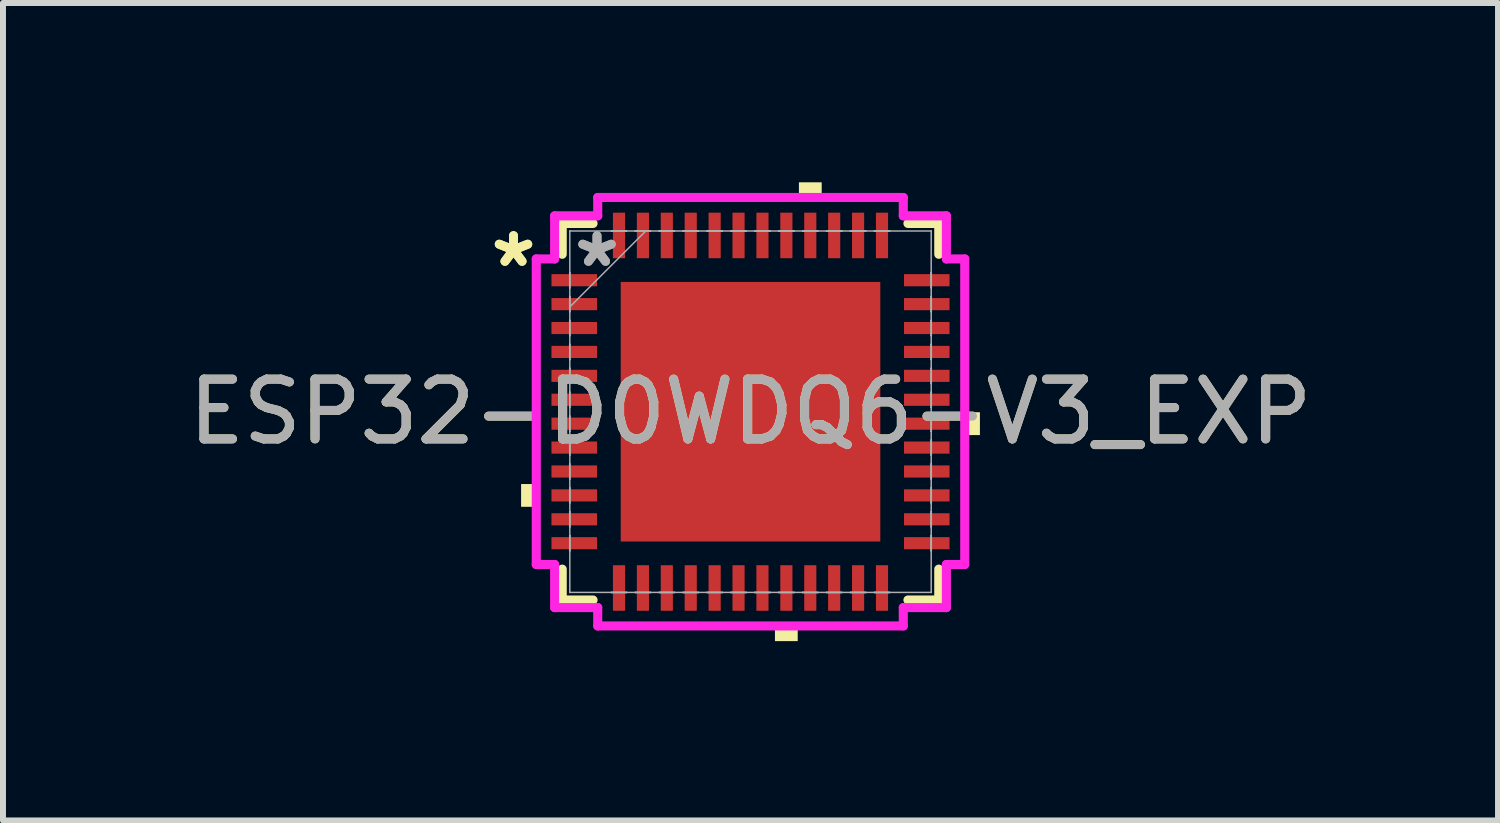
<source format=kicad_pcb>
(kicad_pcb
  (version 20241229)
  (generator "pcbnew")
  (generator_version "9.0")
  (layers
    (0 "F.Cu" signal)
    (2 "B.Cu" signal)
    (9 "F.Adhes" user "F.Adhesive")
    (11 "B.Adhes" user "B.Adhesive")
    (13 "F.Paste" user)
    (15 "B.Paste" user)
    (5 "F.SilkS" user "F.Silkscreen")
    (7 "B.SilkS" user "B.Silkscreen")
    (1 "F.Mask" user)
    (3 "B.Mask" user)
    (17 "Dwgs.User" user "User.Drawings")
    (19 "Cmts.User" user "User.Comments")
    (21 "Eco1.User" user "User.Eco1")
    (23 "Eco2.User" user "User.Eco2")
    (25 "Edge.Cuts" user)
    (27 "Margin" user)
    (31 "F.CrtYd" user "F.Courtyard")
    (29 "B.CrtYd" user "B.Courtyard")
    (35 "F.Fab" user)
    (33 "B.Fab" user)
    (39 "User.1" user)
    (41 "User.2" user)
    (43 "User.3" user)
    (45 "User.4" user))
  (footprint "ESP32-D0WDQ6-V3_EXP"
    (layer "F.Cu")
    (at 9.506 3.838)
    (property "Reference" "ESP32-D0WDQ6-V3_EXP" (at 0 0 0) (unlocked yes) (layer "F.SilkS") (effects (font (size 1 1) (thickness 0.15))))
    (attr smd)
    (fp_line (start -3.15 -3.15) (end -3.15 -2.634) (stroke (width 0.152) (type solid)) (layer "F.SilkS"))
    (fp_line (start -3.15 2.634) (end -3.15 3.15) (stroke (width 0.152) (type solid)) (layer "F.SilkS"))
    (fp_line (start -3.15 3.15) (end -2.634 3.15) (stroke (width 0.152) (type solid)) (layer "F.SilkS"))
    (fp_line (start -2.634 -3.15) (end -3.15 -3.15) (stroke (width 0.152) (type solid)) (layer "F.SilkS"))
    (fp_line (start 2.634 3.15) (end 3.15 3.15) (stroke (width 0.152) (type solid)) (layer "F.SilkS"))
    (fp_line (start 3.15 -3.15) (end 2.634 -3.15) (stroke (width 0.152) (type solid)) (layer "F.SilkS"))
    (fp_line (start 3.15 -2.634) (end 3.15 -3.15) (stroke (width 0.152) (type solid)) (layer "F.SilkS"))
    (fp_line (start 3.15 3.15) (end 3.15 2.634) (stroke (width 0.152) (type solid)) (layer "F.SilkS"))
    (fp_poly (pts (xy -3.838 1.21) (xy -3.838 1.591) (xy -3.584 1.591) (xy -3.584 1.21)) (stroke (width 0) (type solid)) (fill yes) (layer "F.SilkS"))
    (fp_poly (pts (xy 0.409 3.584) (xy 0.409 3.838) (xy 0.79 3.838) (xy 0.79 3.584)) (stroke (width 0) (type solid)) (fill yes) (layer "F.SilkS"))
    (fp_poly (pts (xy 0.81 -3.584) (xy 0.81 -3.838) (xy 1.191 -3.838) (xy 1.191 -3.584)) (stroke (width 0) (type solid)) (fill yes) (layer "F.SilkS"))
    (fp_poly (pts (xy 3.838 0.009) (xy 3.838 0.391) (xy 3.584 0.391) (xy 3.584 0.009)) (stroke (width 0) (type solid)) (fill yes) (layer "F.SilkS"))
    (fp_poly (pts (xy -2.072 -2.072) (xy -2.072 -0.824) (xy -0.824 -0.824) (xy -0.824 -2.072)) (stroke (width 0) (type solid)) (fill yes) (layer "F.Paste"))
    (fp_poly (pts (xy -2.072 -0.624) (xy -2.072 0.624) (xy -0.824 0.624) (xy -0.824 -0.624)) (stroke (width 0) (type solid)) (fill yes) (layer "F.Paste"))
    (fp_poly (pts (xy -2.072 0.824) (xy -2.072 2.072) (xy -0.824 2.072) (xy -0.824 0.824)) (stroke (width 0) (type solid)) (fill yes) (layer "F.Paste"))
    (fp_poly (pts (xy -0.624 -2.072) (xy -0.624 -0.824) (xy 0.624 -0.824) (xy 0.624 -2.072)) (stroke (width 0) (type solid)) (fill yes) (layer "F.Paste"))
    (fp_poly (pts (xy -0.624 -0.624) (xy -0.624 0.624) (xy 0.624 0.624) (xy 0.624 -0.624)) (stroke (width 0) (type solid)) (fill yes) (layer "F.Paste"))
    (fp_poly (pts (xy -0.624 0.824) (xy -0.624 2.072) (xy 0.624 2.072) (xy 0.624 0.824)) (stroke (width 0) (type solid)) (fill yes) (layer "F.Paste"))
    (fp_poly (pts (xy 0.824 -2.072) (xy 0.824 -0.824) (xy 2.072 -0.824) (xy 2.072 -2.072)) (stroke (width 0) (type solid)) (fill yes) (layer "F.Paste"))
    (fp_poly (pts (xy 0.824 -0.624) (xy 0.824 0.624) (xy 2.072 0.624) (xy 2.072 -0.624)) (stroke (width 0) (type solid)) (fill yes) (layer "F.Paste"))
    (fp_poly (pts (xy 0.824 0.824) (xy 0.824 2.072) (xy 2.072 2.072) (xy 2.072 0.824)) (stroke (width 0) (type solid)) (fill yes) (layer "F.Paste"))
    (fp_line (start -3.584 -2.556) (end -3.277 -2.556) (stroke (width 0.152) (type solid)) (layer "F.CrtYd"))
    (fp_line (start -3.584 2.556) (end -3.584 -2.556) (stroke (width 0.152) (type solid)) (layer "F.CrtYd"))
    (fp_line (start -3.277 -3.277) (end -2.556 -3.277) (stroke (width 0.152) (type solid)) (layer "F.CrtYd"))
    (fp_line (start -3.277 -2.556) (end -3.277 -3.277) (stroke (width 0.152) (type solid)) (layer "F.CrtYd"))
    (fp_line (start -3.277 2.556) (end -3.584 2.556) (stroke (width 0.152) (type solid)) (layer "F.CrtYd"))
    (fp_line (start -3.277 3.277) (end -3.277 2.556) (stroke (width 0.152) (type solid)) (layer "F.CrtYd"))
    (fp_line (start -2.556 -3.584) (end 2.556 -3.584) (stroke (width 0.152) (type solid)) (layer "F.CrtYd"))
    (fp_line (start -2.556 -3.277) (end -2.556 -3.584) (stroke (width 0.152) (type solid)) (layer "F.CrtYd"))
    (fp_line (start -2.556 3.277) (end -3.277 3.277) (stroke (width 0.152) (type solid)) (layer "F.CrtYd"))
    (fp_line (start -2.556 3.584) (end -2.556 3.277) (stroke (width 0.152) (type solid)) (layer "F.CrtYd"))
    (fp_line (start 2.556 -3.584) (end 2.556 -3.277) (stroke (width 0.152) (type solid)) (layer "F.CrtYd"))
    (fp_line (start 2.556 -3.277) (end 3.277 -3.277) (stroke (width 0.152) (type solid)) (layer "F.CrtYd"))
    (fp_line (start 2.556 3.277) (end 2.556 3.584) (stroke (width 0.152) (type solid)) (layer "F.CrtYd"))
    (fp_line (start 2.556 3.584) (end -2.556 3.584) (stroke (width 0.152) (type solid)) (layer "F.CrtYd"))
    (fp_line (start 3.277 -3.277) (end 3.277 -2.556) (stroke (width 0.152) (type solid)) (layer "F.CrtYd"))
    (fp_line (start 3.277 -2.556) (end 3.584 -2.556) (stroke (width 0.152) (type solid)) (layer "F.CrtYd"))
    (fp_line (start 3.277 2.556) (end 3.277 3.277) (stroke (width 0.152) (type solid)) (layer "F.CrtYd"))
    (fp_line (start 3.277 3.277) (end 2.556 3.277) (stroke (width 0.152) (type solid)) (layer "F.CrtYd"))
    (fp_line (start 3.584 -2.556) (end 3.584 2.556) (stroke (width 0.152) (type solid)) (layer "F.CrtYd"))
    (fp_line (start 3.584 2.556) (end 3.277 2.556) (stroke (width 0.152) (type solid)) (layer "F.CrtYd"))
    (fp_line (start -3.025 -2.327) (end -3.025 -2.073) (stroke (width 0.025) (type solid)) (layer "F.Fab"))
    (fp_line (start -3.025 -2.073) (end -3.023 -2.073) (stroke (width 0.025) (type solid)) (layer "F.Fab"))
    (fp_line (start -3.025 -1.927) (end -3.025 -1.673) (stroke (width 0.025) (type solid)) (layer "F.Fab"))
    (fp_line (start -3.025 -1.673) (end -3.023 -1.673) (stroke (width 0.025) (type solid)) (layer "F.Fab"))
    (fp_line (start -3.025 -1.527) (end -3.025 -1.273) (stroke (width 0.025) (type solid)) (layer "F.Fab"))
    (fp_line (start -3.025 -1.273) (end -3.023 -1.273) (stroke (width 0.025) (type solid)) (layer "F.Fab"))
    (fp_line (start -3.025 -1.127) (end -3.025 -0.873) (stroke (width 0.025) (type solid)) (layer "F.Fab"))
    (fp_line (start -3.025 -0.873) (end -3.023 -0.873) (stroke (width 0.025) (type solid)) (layer "F.Fab"))
    (fp_line (start -3.025 -0.727) (end -3.025 -0.473) (stroke (width 0.025) (type solid)) (layer "F.Fab"))
    (fp_line (start -3.025 -0.473) (end -3.023 -0.473) (stroke (width 0.025) (type solid)) (layer "F.Fab"))
    (fp_line (start -3.025 -0.327) (end -3.025 -0.073) (stroke (width 0.025) (type solid)) (layer "F.Fab"))
    (fp_line (start -3.025 -0.073) (end -3.023 -0.073) (stroke (width 0.025) (type solid)) (layer "F.Fab"))
    (fp_line (start -3.025 0.073) (end -3.025 0.327) (stroke (width 0.025) (type solid)) (layer "F.Fab"))
    (fp_line (start -3.025 0.327) (end -3.023 0.327) (stroke (width 0.025) (type solid)) (layer "F.Fab"))
    (fp_line (start -3.025 0.473) (end -3.025 0.727) (stroke (width 0.025) (type solid)) (layer "F.Fab"))
    (fp_line (start -3.025 0.727) (end -3.023 0.727) (stroke (width 0.025) (type solid)) (layer "F.Fab"))
    (fp_line (start -3.025 0.873) (end -3.025 1.127) (stroke (width 0.025) (type solid)) (layer "F.Fab"))
    (fp_line (start -3.025 1.127) (end -3.023 1.127) (stroke (width 0.025) (type solid)) (layer "F.Fab"))
    (fp_line (start -3.025 1.273) (end -3.025 1.527) (stroke (width 0.025) (type solid)) (layer "F.Fab"))
    (fp_line (start -3.025 1.527) (end -3.023 1.527) (stroke (width 0.025) (type solid)) (layer "F.Fab"))
    (fp_line (start -3.025 1.673) (end -3.025 1.927) (stroke (width 0.025) (type solid)) (layer "F.Fab"))
    (fp_line (start -3.025 1.927) (end -3.023 1.927) (stroke (width 0.025) (type solid)) (layer "F.Fab"))
    (fp_line (start -3.025 2.073) (end -3.025 2.327) (stroke (width 0.025) (type solid)) (layer "F.Fab"))
    (fp_line (start -3.025 2.327) (end -3.023 2.327) (stroke (width 0.025) (type solid)) (layer "F.Fab"))
    (fp_line (start -3.023 -3.023) (end -3.023 -3.023) (stroke (width 0.025) (type solid)) (layer "F.Fab"))
    (fp_line (start -3.023 -3.023) (end -3.023 3.023) (stroke (width 0.025) (type solid)) (layer "F.Fab"))
    (fp_line (start -3.023 -2.327) (end -3.025 -2.327) (stroke (width 0.025) (type solid)) (layer "F.Fab"))
    (fp_line (start -3.023 -2.073) (end -3.023 -2.327) (stroke (width 0.025) (type solid)) (layer "F.Fab"))
    (fp_line (start -3.023 -1.927) (end -3.025 -1.927) (stroke (width 0.025) (type solid)) (layer "F.Fab"))
    (fp_line (start -3.023 -1.753) (end -1.753 -3.023) (stroke (width 0.025) (type solid)) (layer "F.Fab"))
    (fp_line (start -3.023 -1.673) (end -3.023 -1.927) (stroke (width 0.025) (type solid)) (layer "F.Fab"))
    (fp_line (start -3.023 -1.527) (end -3.025 -1.527) (stroke (width 0.025) (type solid)) (layer "F.Fab"))
    (fp_line (start -3.023 -1.273) (end -3.023 -1.527) (stroke (width 0.025) (type solid)) (layer "F.Fab"))
    (fp_line (start -3.023 -1.127) (end -3.025 -1.127) (stroke (width 0.025) (type solid)) (layer "F.Fab"))
    (fp_line (start -3.023 -0.873) (end -3.023 -1.127) (stroke (width 0.025) (type solid)) (layer "F.Fab"))
    (fp_line (start -3.023 -0.727) (end -3.025 -0.727) (stroke (width 0.025) (type solid)) (layer "F.Fab"))
    (fp_line (start -3.023 -0.473) (end -3.023 -0.727) (stroke (width 0.025) (type solid)) (layer "F.Fab"))
    (fp_line (start -3.023 -0.327) (end -3.025 -0.327) (stroke (width 0.025) (type solid)) (layer "F.Fab"))
    (fp_line (start -3.023 -0.073) (end -3.023 -0.327) (stroke (width 0.025) (type solid)) (layer "F.Fab"))
    (fp_line (start -3.023 0.073) (end -3.025 0.073) (stroke (width 0.025) (type solid)) (layer "F.Fab"))
    (fp_line (start -3.023 0.327) (end -3.023 0.073) (stroke (width 0.025) (type solid)) (layer "F.Fab"))
    (fp_line (start -3.023 0.473) (end -3.025 0.473) (stroke (width 0.025) (type solid)) (layer "F.Fab"))
    (fp_line (start -3.023 0.727) (end -3.023 0.473) (stroke (width 0.025) (type solid)) (layer "F.Fab"))
    (fp_line (start -3.023 0.873) (end -3.025 0.873) (stroke (width 0.025) (type solid)) (layer "F.Fab"))
    (fp_line (start -3.023 1.127) (end -3.023 0.873) (stroke (width 0.025) (type solid)) (layer "F.Fab"))
    (fp_line (start -3.023 1.273) (end -3.025 1.273) (stroke (width 0.025) (type solid)) (layer "F.Fab"))
    (fp_line (start -3.023 1.527) (end -3.023 1.273) (stroke (width 0.025) (type solid)) (layer "F.Fab"))
    (fp_line (start -3.023 1.673) (end -3.025 1.673) (stroke (width 0.025) (type solid)) (layer "F.Fab"))
    (fp_line (start -3.023 1.927) (end -3.023 1.673) (stroke (width 0.025) (type solid)) (layer "F.Fab"))
    (fp_line (start -3.023 2.073) (end -3.025 2.073) (stroke (width 0.025) (type solid)) (layer "F.Fab"))
    (fp_line (start -3.023 2.327) (end -3.023 2.073) (stroke (width 0.025) (type solid)) (layer "F.Fab"))
    (fp_line (start -3.023 3.023) (end -3.023 3.023) (stroke (width 0.025) (type solid)) (layer "F.Fab"))
    (fp_line (start -3.023 3.023) (end 3.023 3.023) (stroke (width 0.025) (type solid)) (layer "F.Fab"))
    (fp_line (start -2.327 -3.025) (end -2.327 -3.023) (stroke (width 0.025) (type solid)) (layer "F.Fab"))
    (fp_line (start -2.327 -3.023) (end -2.073 -3.023) (stroke (width 0.025) (type solid)) (layer "F.Fab"))
    (fp_line (start -2.327 3.023) (end -2.327 3.025) (stroke (width 0.025) (type solid)) (layer "F.Fab"))
    (fp_line (start -2.327 3.025) (end -2.073 3.025) (stroke (width 0.025) (type solid)) (layer "F.Fab"))
    (fp_line (start -2.073 -3.025) (end -2.327 -3.025) (stroke (width 0.025) (type solid)) (layer "F.Fab"))
    (fp_line (start -2.073 -3.023) (end -2.073 -3.025) (stroke (width 0.025) (type solid)) (layer "F.Fab"))
    (fp_line (start -2.073 3.023) (end -2.327 3.023) (stroke (width 0.025) (type solid)) (layer "F.Fab"))
    (fp_line (start -2.073 3.025) (end -2.073 3.023) (stroke (width 0.025) (type solid)) (layer "F.Fab"))
    (fp_line (start -1.927 -3.025) (end -1.927 -3.023) (stroke (width 0.025) (type solid)) (layer "F.Fab"))
    (fp_line (start -1.927 -3.023) (end -1.673 -3.023) (stroke (width 0.025) (type solid)) (layer "F.Fab"))
    (fp_line (start -1.927 3.023) (end -1.927 3.025) (stroke (width 0.025) (type solid)) (layer "F.Fab"))
    (fp_line (start -1.927 3.025) (end -1.673 3.025) (stroke (width 0.025) (type solid)) (layer "F.Fab"))
    (fp_line (start -1.673 -3.025) (end -1.927 -3.025) (stroke (width 0.025) (type solid)) (layer "F.Fab"))
    (fp_line (start -1.673 -3.023) (end -1.673 -3.025) (stroke (width 0.025) (type solid)) (layer "F.Fab"))
    (fp_line (start -1.673 3.023) (end -1.927 3.023) (stroke (width 0.025) (type solid)) (layer "F.Fab"))
    (fp_line (start -1.673 3.025) (end -1.673 3.023) (stroke (width 0.025) (type solid)) (layer "F.Fab"))
    (fp_line (start -1.527 -3.025) (end -1.527 -3.023) (stroke (width 0.025) (type solid)) (layer "F.Fab"))
    (fp_line (start -1.527 -3.023) (end -1.273 -3.023) (stroke (width 0.025) (type solid)) (layer "F.Fab"))
    (fp_line (start -1.527 3.023) (end -1.527 3.025) (stroke (width 0.025) (type solid)) (layer "F.Fab"))
    (fp_line (start -1.527 3.025) (end -1.273 3.025) (stroke (width 0.025) (type solid)) (layer "F.Fab"))
    (fp_line (start -1.273 -3.025) (end -1.527 -3.025) (stroke (width 0.025) (type solid)) (layer "F.Fab"))
    (fp_line (start -1.273 -3.023) (end -1.273 -3.025) (stroke (width 0.025) (type solid)) (layer "F.Fab"))
    (fp_line (start -1.273 3.023) (end -1.527 3.023) (stroke (width 0.025) (type solid)) (layer "F.Fab"))
    (fp_line (start -1.273 3.025) (end -1.273 3.023) (stroke (width 0.025) (type solid)) (layer "F.Fab"))
    (fp_line (start -1.127 -3.025) (end -1.127 -3.023) (stroke (width 0.025) (type solid)) (layer "F.Fab"))
    (fp_line (start -1.127 -3.023) (end -0.873 -3.023) (stroke (width 0.025) (type solid)) (layer "F.Fab"))
    (fp_line (start -1.127 3.023) (end -1.127 3.025) (stroke (width 0.025) (type solid)) (layer "F.Fab"))
    (fp_line (start -1.127 3.025) (end -0.873 3.025) (stroke (width 0.025) (type solid)) (layer "F.Fab"))
    (fp_line (start -0.873 -3.025) (end -1.127 -3.025) (stroke (width 0.025) (type solid)) (layer "F.Fab"))
    (fp_line (start -0.873 -3.023) (end -0.873 -3.025) (stroke (width 0.025) (type solid)) (layer "F.Fab"))
    (fp_line (start -0.873 3.023) (end -1.127 3.023) (stroke (width 0.025) (type solid)) (layer "F.Fab"))
    (fp_line (start -0.873 3.025) (end -0.873 3.023) (stroke (width 0.025) (type solid)) (layer "F.Fab"))
    (fp_line (start -0.727 -3.025) (end -0.727 -3.023) (stroke (width 0.025) (type solid)) (layer "F.Fab"))
    (fp_line (start -0.727 -3.023) (end -0.473 -3.023) (stroke (width 0.025) (type solid)) (layer "F.Fab"))
    (fp_line (start -0.727 3.023) (end -0.727 3.025) (stroke (width 0.025) (type solid)) (layer "F.Fab"))
    (fp_line (start -0.727 3.025) (end -0.473 3.025) (stroke (width 0.025) (type solid)) (layer "F.Fab"))
    (fp_line (start -0.473 -3.025) (end -0.727 -3.025) (stroke (width 0.025) (type solid)) (layer "F.Fab"))
    (fp_line (start -0.473 -3.023) (end -0.473 -3.025) (stroke (width 0.025) (type solid)) (layer "F.Fab"))
    (fp_line (start -0.473 3.023) (end -0.727 3.023) (stroke (width 0.025) (type solid)) (layer "F.Fab"))
    (fp_line (start -0.473 3.025) (end -0.473 3.023) (stroke (width 0.025) (type solid)) (layer "F.Fab"))
    (fp_line (start -0.327 -3.025) (end -0.327 -3.023) (stroke (width 0.025) (type solid)) (layer "F.Fab"))
    (fp_line (start -0.327 -3.023) (end -0.073 -3.023) (stroke (width 0.025) (type solid)) (layer "F.Fab"))
    (fp_line (start -0.327 3.023) (end -0.327 3.025) (stroke (width 0.025) (type solid)) (layer "F.Fab"))
    (fp_line (start -0.327 3.025) (end -0.073 3.025) (stroke (width 0.025) (type solid)) (layer "F.Fab"))
    (fp_line (start -0.073 -3.025) (end -0.327 -3.025) (stroke (width 0.025) (type solid)) (layer "F.Fab"))
    (fp_line (start -0.073 -3.023) (end -0.073 -3.025) (stroke (width 0.025) (type solid)) (layer "F.Fab"))
    (fp_line (start -0.073 3.023) (end -0.327 3.023) (stroke (width 0.025) (type solid)) (layer "F.Fab"))
    (fp_line (start -0.073 3.025) (end -0.073 3.023) (stroke (width 0.025) (type solid)) (layer "F.Fab"))
    (fp_line (start 0.073 -3.025) (end 0.073 -3.023) (stroke (width 0.025) (type solid)) (layer "F.Fab"))
    (fp_line (start 0.073 -3.023) (end 0.327 -3.023) (stroke (width 0.025) (type solid)) (layer "F.Fab"))
    (fp_line (start 0.073 3.023) (end 0.073 3.025) (stroke (width 0.025) (type solid)) (layer "F.Fab"))
    (fp_line (start 0.073 3.025) (end 0.327 3.025) (stroke (width 0.025) (type solid)) (layer "F.Fab"))
    (fp_line (start 0.327 -3.025) (end 0.073 -3.025) (stroke (width 0.025) (type solid)) (layer "F.Fab"))
    (fp_line (start 0.327 -3.023) (end 0.327 -3.025) (stroke (width 0.025) (type solid)) (layer "F.Fab"))
    (fp_line (start 0.327 3.023) (end 0.073 3.023) (stroke (width 0.025) (type solid)) (layer "F.Fab"))
    (fp_line (start 0.327 3.025) (end 0.327 3.023) (stroke (width 0.025) (type solid)) (layer "F.Fab"))
    (fp_line (start 0.473 -3.025) (end 0.473 -3.023) (stroke (width 0.025) (type solid)) (layer "F.Fab"))
    (fp_line (start 0.473 -3.023) (end 0.727 -3.023) (stroke (width 0.025) (type solid)) (layer "F.Fab"))
    (fp_line (start 0.473 3.023) (end 0.473 3.025) (stroke (width 0.025) (type solid)) (layer "F.Fab"))
    (fp_line (start 0.473 3.025) (end 0.727 3.025) (stroke (width 0.025) (type solid)) (layer "F.Fab"))
    (fp_line (start 0.727 -3.025) (end 0.473 -3.025) (stroke (width 0.025) (type solid)) (layer "F.Fab"))
    (fp_line (start 0.727 -3.023) (end 0.727 -3.025) (stroke (width 0.025) (type solid)) (layer "F.Fab"))
    (fp_line (start 0.727 3.023) (end 0.473 3.023) (stroke (width 0.025) (type solid)) (layer "F.Fab"))
    (fp_line (start 0.727 3.025) (end 0.727 3.023) (stroke (width 0.025) (type solid)) (layer "F.Fab"))
    (fp_line (start 0.873 -3.025) (end 0.873 -3.023) (stroke (width 0.025) (type solid)) (layer "F.Fab"))
    (fp_line (start 0.873 -3.023) (end 1.127 -3.023) (stroke (width 0.025) (type solid)) (layer "F.Fab"))
    (fp_line (start 0.873 3.023) (end 0.873 3.025) (stroke (width 0.025) (type solid)) (layer "F.Fab"))
    (fp_line (start 0.873 3.025) (end 1.127 3.025) (stroke (width 0.025) (type solid)) (layer "F.Fab"))
    (fp_line (start 1.127 -3.025) (end 0.873 -3.025) (stroke (width 0.025) (type solid)) (layer "F.Fab"))
    (fp_line (start 1.127 -3.023) (end 1.127 -3.025) (stroke (width 0.025) (type solid)) (layer "F.Fab"))
    (fp_line (start 1.127 3.023) (end 0.873 3.023) (stroke (width 0.025) (type solid)) (layer "F.Fab"))
    (fp_line (start 1.127 3.025) (end 1.127 3.023) (stroke (width 0.025) (type solid)) (layer "F.Fab"))
    (fp_line (start 1.273 -3.025) (end 1.273 -3.023) (stroke (width 0.025) (type solid)) (layer "F.Fab"))
    (fp_line (start 1.273 -3.023) (end 1.527 -3.023) (stroke (width 0.025) (type solid)) (layer "F.Fab"))
    (fp_line (start 1.273 3.023) (end 1.273 3.025) (stroke (width 0.025) (type solid)) (layer "F.Fab"))
    (fp_line (start 1.273 3.025) (end 1.527 3.025) (stroke (width 0.025) (type solid)) (layer "F.Fab"))
    (fp_line (start 1.527 -3.025) (end 1.273 -3.025) (stroke (width 0.025) (type solid)) (layer "F.Fab"))
    (fp_line (start 1.527 -3.023) (end 1.527 -3.025) (stroke (width 0.025) (type solid)) (layer "F.Fab"))
    (fp_line (start 1.527 3.023) (end 1.273 3.023) (stroke (width 0.025) (type solid)) (layer "F.Fab"))
    (fp_line (start 1.527 3.025) (end 1.527 3.023) (stroke (width 0.025) (type solid)) (layer "F.Fab"))
    (fp_line (start 1.673 -3.025) (end 1.673 -3.023) (stroke (width 0.025) (type solid)) (layer "F.Fab"))
    (fp_line (start 1.673 -3.023) (end 1.927 -3.023) (stroke (width 0.025) (type solid)) (layer "F.Fab"))
    (fp_line (start 1.673 3.023) (end 1.673 3.025) (stroke (width 0.025) (type solid)) (layer "F.Fab"))
    (fp_line (start 1.673 3.025) (end 1.927 3.025) (stroke (width 0.025) (type solid)) (layer "F.Fab"))
    (fp_line (start 1.927 -3.025) (end 1.673 -3.025) (stroke (width 0.025) (type solid)) (layer "F.Fab"))
    (fp_line (start 1.927 -3.023) (end 1.927 -3.025) (stroke (width 0.025) (type solid)) (layer "F.Fab"))
    (fp_line (start 1.927 3.023) (end 1.673 3.023) (stroke (width 0.025) (type solid)) (layer "F.Fab"))
    (fp_line (start 1.927 3.025) (end 1.927 3.023) (stroke (width 0.025) (type solid)) (layer "F.Fab"))
    (fp_line (start 2.073 -3.025) (end 2.073 -3.023) (stroke (width 0.025) (type solid)) (layer "F.Fab"))
    (fp_line (start 2.073 -3.023) (end 2.327 -3.023) (stroke (width 0.025) (type solid)) (layer "F.Fab"))
    (fp_line (start 2.073 3.023) (end 2.073 3.025) (stroke (width 0.025) (type solid)) (layer "F.Fab"))
    (fp_line (start 2.073 3.025) (end 2.327 3.025) (stroke (width 0.025) (type solid)) (layer "F.Fab"))
    (fp_line (start 2.327 -3.025) (end 2.073 -3.025) (stroke (width 0.025) (type solid)) (layer "F.Fab"))
    (fp_line (start 2.327 -3.023) (end 2.327 -3.025) (stroke (width 0.025) (type solid)) (layer "F.Fab"))
    (fp_line (start 2.327 3.023) (end 2.073 3.023) (stroke (width 0.025) (type solid)) (layer "F.Fab"))
    (fp_line (start 2.327 3.025) (end 2.327 3.023) (stroke (width 0.025) (type solid)) (layer "F.Fab"))
    (fp_line (start 3.023 -3.023) (end -3.023 -3.023) (stroke (width 0.025) (type solid)) (layer "F.Fab"))
    (fp_line (start 3.023 -3.023) (end 3.023 -3.023) (stroke (width 0.025) (type solid)) (layer "F.Fab"))
    (fp_line (start 3.023 -2.327) (end 3.023 -2.073) (stroke (width 0.025) (type solid)) (layer "F.Fab"))
    (fp_line (start 3.023 -2.073) (end 3.025 -2.073) (stroke (width 0.025) (type solid)) (layer "F.Fab"))
    (fp_line (start 3.023 -1.927) (end 3.023 -1.673) (stroke (width 0.025) (type solid)) (layer "F.Fab"))
    (fp_line (start 3.023 -1.673) (end 3.025 -1.673) (stroke (width 0.025) (type solid)) (layer "F.Fab"))
    (fp_line (start 3.023 -1.527) (end 3.023 -1.273) (stroke (width 0.025) (type solid)) (layer "F.Fab"))
    (fp_line (start 3.023 -1.273) (end 3.025 -1.273) (stroke (width 0.025) (type solid)) (layer "F.Fab"))
    (fp_line (start 3.023 -1.127) (end 3.023 -0.873) (stroke (width 0.025) (type solid)) (layer "F.Fab"))
    (fp_line (start 3.023 -0.873) (end 3.025 -0.873) (stroke (width 0.025) (type solid)) (layer "F.Fab"))
    (fp_line (start 3.023 -0.727) (end 3.023 -0.473) (stroke (width 0.025) (type solid)) (layer "F.Fab"))
    (fp_line (start 3.023 -0.473) (end 3.025 -0.473) (stroke (width 0.025) (type solid)) (layer "F.Fab"))
    (fp_line (start 3.023 -0.327) (end 3.023 -0.073) (stroke (width 0.025) (type solid)) (layer "F.Fab"))
    (fp_line (start 3.023 -0.073) (end 3.025 -0.073) (stroke (width 0.025) (type solid)) (layer "F.Fab"))
    (fp_line (start 3.023 0.073) (end 3.023 0.327) (stroke (width 0.025) (type solid)) (layer "F.Fab"))
    (fp_line (start 3.023 0.327) (end 3.025 0.327) (stroke (width 0.025) (type solid)) (layer "F.Fab"))
    (fp_line (start 3.023 0.473) (end 3.023 0.727) (stroke (width 0.025) (type solid)) (layer "F.Fab"))
    (fp_line (start 3.023 0.727) (end 3.025 0.727) (stroke (width 0.025) (type solid)) (layer "F.Fab"))
    (fp_line (start 3.023 0.873) (end 3.023 1.127) (stroke (width 0.025) (type solid)) (layer "F.Fab"))
    (fp_line (start 3.023 1.127) (end 3.025 1.127) (stroke (width 0.025) (type solid)) (layer "F.Fab"))
    (fp_line (start 3.023 1.273) (end 3.023 1.527) (stroke (width 0.025) (type solid)) (layer "F.Fab"))
    (fp_line (start 3.023 1.527) (end 3.025 1.527) (stroke (width 0.025) (type solid)) (layer "F.Fab"))
    (fp_line (start 3.023 1.673) (end 3.023 1.927) (stroke (width 0.025) (type solid)) (layer "F.Fab"))
    (fp_line (start 3.023 1.927) (end 3.025 1.927) (stroke (width 0.025) (type solid)) (layer "F.Fab"))
    (fp_line (start 3.023 2.073) (end 3.023 2.327) (stroke (width 0.025) (type solid)) (layer "F.Fab"))
    (fp_line (start 3.023 2.327) (end 3.025 2.327) (stroke (width 0.025) (type solid)) (layer "F.Fab"))
    (fp_line (start 3.023 3.023) (end 3.023 -3.023) (stroke (width 0.025) (type solid)) (layer "F.Fab"))
    (fp_line (start 3.023 3.023) (end 3.023 3.023) (stroke (width 0.025) (type solid)) (layer "F.Fab"))
    (fp_line (start 3.025 -2.327) (end 3.023 -2.327) (stroke (width 0.025) (type solid)) (layer "F.Fab"))
    (fp_line (start 3.025 -2.073) (end 3.025 -2.327) (stroke (width 0.025) (type solid)) (layer "F.Fab"))
    (fp_line (start 3.025 -1.927) (end 3.023 -1.927) (stroke (width 0.025) (type solid)) (layer "F.Fab"))
    (fp_line (start 3.025 -1.673) (end 3.025 -1.927) (stroke (width 0.025) (type solid)) (layer "F.Fab"))
    (fp_line (start 3.025 -1.527) (end 3.023 -1.527) (stroke (width 0.025) (type solid)) (layer "F.Fab"))
    (fp_line (start 3.025 -1.273) (end 3.025 -1.527) (stroke (width 0.025) (type solid)) (layer "F.Fab"))
    (fp_line (start 3.025 -1.127) (end 3.023 -1.127) (stroke (width 0.025) (type solid)) (layer "F.Fab"))
    (fp_line (start 3.025 -0.873) (end 3.025 -1.127) (stroke (width 0.025) (type solid)) (layer "F.Fab"))
    (fp_line (start 3.025 -0.727) (end 3.023 -0.727) (stroke (width 0.025) (type solid)) (layer "F.Fab"))
    (fp_line (start 3.025 -0.473) (end 3.025 -0.727) (stroke (width 0.025) (type solid)) (layer "F.Fab"))
    (fp_line (start 3.025 -0.327) (end 3.023 -0.327) (stroke (width 0.025) (type solid)) (layer "F.Fab"))
    (fp_line (start 3.025 -0.073) (end 3.025 -0.327) (stroke (width 0.025) (type solid)) (layer "F.Fab"))
    (fp_line (start 3.025 0.073) (end 3.023 0.073) (stroke (width 0.025) (type solid)) (layer "F.Fab"))
    (fp_line (start 3.025 0.327) (end 3.025 0.073) (stroke (width 0.025) (type solid)) (layer "F.Fab"))
    (fp_line (start 3.025 0.473) (end 3.023 0.473) (stroke (width 0.025) (type solid)) (layer "F.Fab"))
    (fp_line (start 3.025 0.727) (end 3.025 0.473) (stroke (width 0.025) (type solid)) (layer "F.Fab"))
    (fp_line (start 3.025 0.873) (end 3.023 0.873) (stroke (width 0.025) (type solid)) (layer "F.Fab"))
    (fp_line (start 3.025 1.127) (end 3.025 0.873) (stroke (width 0.025) (type solid)) (layer "F.Fab"))
    (fp_line (start 3.025 1.273) (end 3.023 1.273) (stroke (width 0.025) (type solid)) (layer "F.Fab"))
    (fp_line (start 3.025 1.527) (end 3.025 1.273) (stroke (width 0.025) (type solid)) (layer "F.Fab"))
    (fp_line (start 3.025 1.673) (end 3.023 1.673) (stroke (width 0.025) (type solid)) (layer "F.Fab"))
    (fp_line (start 3.025 1.927) (end 3.025 1.673) (stroke (width 0.025) (type solid)) (layer "F.Fab"))
    (fp_line (start 3.025 2.073) (end 3.023 2.073) (stroke (width 0.025) (type solid)) (layer "F.Fab"))
    (fp_line (start 3.025 2.327) (end 3.025 2.073) (stroke (width 0.025) (type solid)) (layer "F.Fab"))
    (fp_text user "*" (at -3.965 -2.4 0) (unlocked yes) (layer "F.SilkS") (effects (font (size 1 1) (thickness 0.15))))
    (fp_text user "*" (at -3.965 -2.4 0) (layer "F.SilkS") (effects (font (size 1 1) (thickness 0.15))))
    (fp_text user "*" (at -2.568 -2.4 0) (unlocked yes) (layer "F.Fab") (effects (font (size 1 1) (thickness 0.15))))
    (fp_text user "${REFERENCE}" (at 0 0 0) (unlocked yes) (layer "F.Fab") (effects (font (size 1 1) (thickness 0.15))))
    (fp_text user "*" (at -2.568 -2.4 0) (layer "F.Fab") (effects (font (size 1 1) (thickness 0.15))))
    (pad "1" smd rect (at -2.949 -2.2 90) (size 0.203 0.762) (layers "F.Cu" "F.Mask" "F.Paste"))
    (pad "2" smd rect (at -2.949 -1.8 90) (size 0.203 0.762) (layers "F.Cu" "F.Mask" "F.Paste"))
    (pad "3" smd rect (at -2.949 -1.4 90) (size 0.203 0.762) (layers "F.Cu" "F.Mask" "F.Paste"))
    (pad "4" smd rect (at -2.949 -1 90) (size 0.203 0.762) (layers "F.Cu" "F.Mask" "F.Paste"))
    (pad "5" smd rect (at -2.949 -0.6 90) (size 0.203 0.762) (layers "F.Cu" "F.Mask" "F.Paste"))
    (pad "6" smd rect (at -2.949 -0.2 90) (size 0.203 0.762) (layers "F.Cu" "F.Mask" "F.Paste"))
    (pad "7" smd rect (at -2.949 0.2 90) (size 0.203 0.762) (layers "F.Cu" "F.Mask" "F.Paste"))
    (pad "8" smd rect (at -2.949 0.6 90) (size 0.203 0.762) (layers "F.Cu" "F.Mask" "F.Paste"))
    (pad "9" smd rect (at -2.949 1 90) (size 0.203 0.762) (layers "F.Cu" "F.Mask" "F.Paste"))
    (pad "10" smd rect (at -2.949 1.4 90) (size 0.203 0.762) (layers "F.Cu" "F.Mask" "F.Paste"))
    (pad "11" smd rect (at -2.949 1.8 90) (size 0.203 0.762) (layers "F.Cu" "F.Mask" "F.Paste"))
    (pad "12" smd rect (at -2.949 2.2 90) (size 0.203 0.762) (layers "F.Cu" "F.Mask" "F.Paste"))
    (pad "13" smd rect (at -2.2 2.949) (size 0.203 0.762) (layers "F.Cu" "F.Mask" "F.Paste"))
    (pad "14" smd rect (at -1.8 2.949) (size 0.203 0.762) (layers "F.Cu" "F.Mask" "F.Paste"))
    (pad "15" smd rect (at -1.4 2.949) (size 0.203 0.762) (layers "F.Cu" "F.Mask" "F.Paste"))
    (pad "16" smd rect (at -1 2.949) (size 0.203 0.762) (layers "F.Cu" "F.Mask" "F.Paste"))
    (pad "17" smd rect (at -0.6 2.949) (size 0.203 0.762) (layers "F.Cu" "F.Mask" "F.Paste"))
    (pad "18" smd rect (at -0.2 2.949) (size 0.203 0.762) (layers "F.Cu" "F.Mask" "F.Paste"))
    (pad "19" smd rect (at 0.2 2.949) (size 0.203 0.762) (layers "F.Cu" "F.Mask" "F.Paste"))
    (pad "20" smd rect (at 0.6 2.949) (size 0.203 0.762) (layers "F.Cu" "F.Mask" "F.Paste"))
    (pad "21" smd rect (at 1 2.949) (size 0.203 0.762) (layers "F.Cu" "F.Mask" "F.Paste"))
    (pad "22" smd rect (at 1.4 2.949) (size 0.203 0.762) (layers "F.Cu" "F.Mask" "F.Paste"))
    (pad "23" smd rect (at 1.8 2.949) (size 0.203 0.762) (layers "F.Cu" "F.Mask" "F.Paste"))
    (pad "24" smd rect (at 2.2 2.949) (size 0.203 0.762) (layers "F.Cu" "F.Mask" "F.Paste"))
    (pad "25" smd rect (at 2.949 2.2 90) (size 0.203 0.762) (layers "F.Cu" "F.Mask" "F.Paste"))
    (pad "26" smd rect (at 2.949 1.8 90) (size 0.203 0.762) (layers "F.Cu" "F.Mask" "F.Paste"))
    (pad "27" smd rect (at 2.949 1.4 90) (size 0.203 0.762) (layers "F.Cu" "F.Mask" "F.Paste"))
    (pad "28" smd rect (at 2.949 1 90) (size 0.203 0.762) (layers "F.Cu" "F.Mask" "F.Paste"))
    (pad "29" smd rect (at 2.949 0.6 90) (size 0.203 0.762) (layers "F.Cu" "F.Mask" "F.Paste"))
    (pad "30" smd rect (at 2.949 0.2 90) (size 0.203 0.762) (layers "F.Cu" "F.Mask" "F.Paste"))
    (pad "31" smd rect (at 2.949 -0.2 90) (size 0.203 0.762) (layers "F.Cu" "F.Mask" "F.Paste"))
    (pad "32" smd rect (at 2.949 -0.6 90) (size 0.203 0.762) (layers "F.Cu" "F.Mask" "F.Paste"))
    (pad "33" smd rect (at 2.949 -1 90) (size 0.203 0.762) (layers "F.Cu" "F.Mask" "F.Paste"))
    (pad "34" smd rect (at 2.949 -1.4 90) (size 0.203 0.762) (layers "F.Cu" "F.Mask" "F.Paste"))
    (pad "35" smd rect (at 2.949 -1.8 90) (size 0.203 0.762) (layers "F.Cu" "F.Mask" "F.Paste"))
    (pad "36" smd rect (at 2.949 -2.2 90) (size 0.203 0.762) (layers "F.Cu" "F.Mask" "F.Paste"))
    (pad "37" smd rect (at 2.2 -2.949) (size 0.203 0.762) (layers "F.Cu" "F.Mask" "F.Paste"))
    (pad "38" smd rect (at 1.8 -2.949) (size 0.203 0.762) (layers "F.Cu" "F.Mask" "F.Paste"))
    (pad "39" smd rect (at 1.4 -2.949) (size 0.203 0.762) (layers "F.Cu" "F.Mask" "F.Paste"))
    (pad "40" smd rect (at 1 -2.949) (size 0.203 0.762) (layers "F.Cu" "F.Mask" "F.Paste"))
    (pad "41" smd rect (at 0.6 -2.949) (size 0.203 0.762) (layers "F.Cu" "F.Mask" "F.Paste"))
    (pad "42" smd rect (at 0.2 -2.949) (size 0.203 0.762) (layers "F.Cu" "F.Mask" "F.Paste"))
    (pad "43" smd rect (at -0.2 -2.949) (size 0.203 0.762) (layers "F.Cu" "F.Mask" "F.Paste"))
    (pad "44" smd rect (at -0.6 -2.949) (size 0.203 0.762) (layers "F.Cu" "F.Mask" "F.Paste"))
    (pad "45" smd rect (at -1 -2.949) (size 0.203 0.762) (layers "F.Cu" "F.Mask" "F.Paste"))
    (pad "46" smd rect (at -1.4 -2.949) (size 0.203 0.762) (layers "F.Cu" "F.Mask" "F.Paste"))
    (pad "47" smd rect (at -1.8 -2.949) (size 0.203 0.762) (layers "F.Cu" "F.Mask" "F.Paste"))
    (pad "48" smd rect (at -2.2 -2.949) (size 0.203 0.762) (layers "F.Cu" "F.Mask" "F.Paste"))
    (pad "49" smd rect (at 0 0) (size 4.343 4.343) (layers "F.Cu" "F.Mask")))
  (gr_rect
    (start -3 -3)
    (end 22.012 10.676)
    (stroke (width 0.1) (type default))
    (fill no)
    (layer "Edge.Cuts")))
</source>
